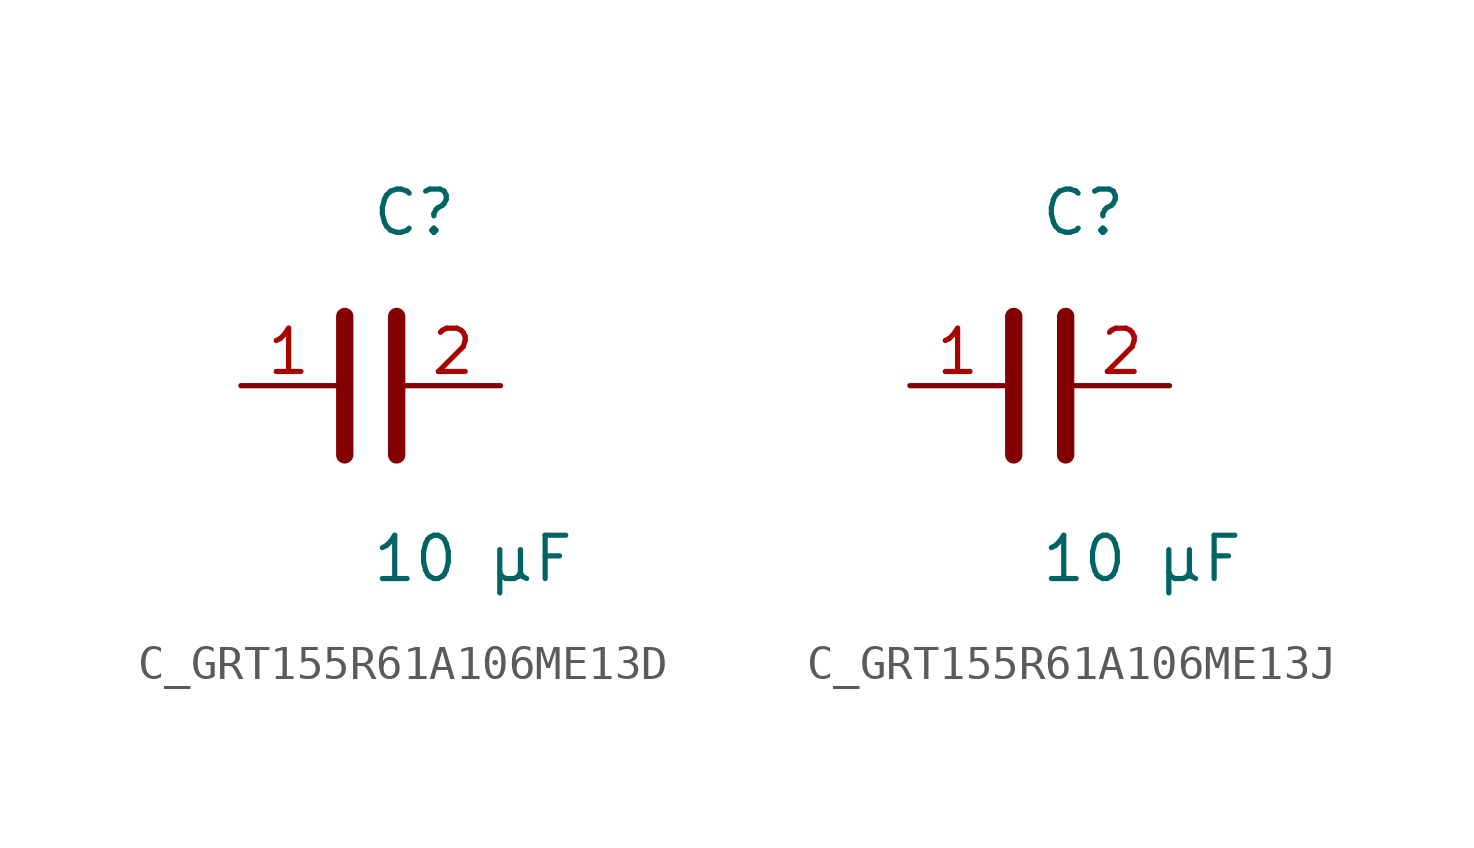
<source format=kicad_sym>
(kicad_symbol_lib
  (version 20231120)
  (generator kicad_symbol_editor)
  (generator_version 8.0)
  (symbol "C_GRT155R61A106ME13D"
    (pin_names
      (offset 0.254))
    (property "Reference" "C"
      (at 0 5.08 0)
      (effects (font (size 1.27 1.27)) (justify left)))
    (property "Value" "10 µF"
      (at 0 -5.08 0)
      (effects (font (size 1.27 1.27)) (justify left)))
    (symbol "C_GRT155R61A106ME13D_0_1"
      (polyline (pts (xy -0.762 -2.032) (xy -0.762 2.032)) (stroke (width 0.508) (type default)) (fill (type none)))
      (polyline (pts (xy 0.762 -2.032) (xy 0.762 2.032)) (stroke (width 0.508) (type default)) (fill (type none))))
    (pin passive line
      (at -3.81 0 0)
      (length 2.8)
      (name "" (effects (font (size 1.27 1.27))))
      (number "1" (effects (font (size 1.27 1.27)))))
    (pin passive line
      (at 3.81 0 180)
      (length 2.8)
      (name "" (effects (font (size 1.27 1.27))))
      (number "2" (effects (font (size 1.27 1.27))))))
  (symbol "C_GRT155R61A106ME13J"
    (pin_names
      (offset 0.254))
    (property "Reference" "C"
      (at 0 5.08 0)
      (effects (font (size 1.27 1.27)) (justify left)))
    (property "Value" "10 µF"
      (at 0 -5.08 0)
      (effects (font (size 1.27 1.27)) (justify left)))
    (symbol "C_GRT155R61A106ME13J_0_1"
      (polyline (pts (xy -0.762 -2.032) (xy -0.762 2.032)) (stroke (width 0.508) (type default)) (fill (type none)))
      (polyline (pts (xy 0.762 -2.032) (xy 0.762 2.032)) (stroke (width 0.508) (type default)) (fill (type none))))
    (pin passive line
      (at -3.81 0 0)
      (length 2.8)
      (name "" (effects (font (size 1.27 1.27))))
      (number "1" (effects (font (size 1.27 1.27)))))
    (pin passive line
      (at 3.81 0 180)
      (length 2.8)
      (name "" (effects (font (size 1.27 1.27))))
      (number "2" (effects (font (size 1.27 1.27)))))))
</source>
